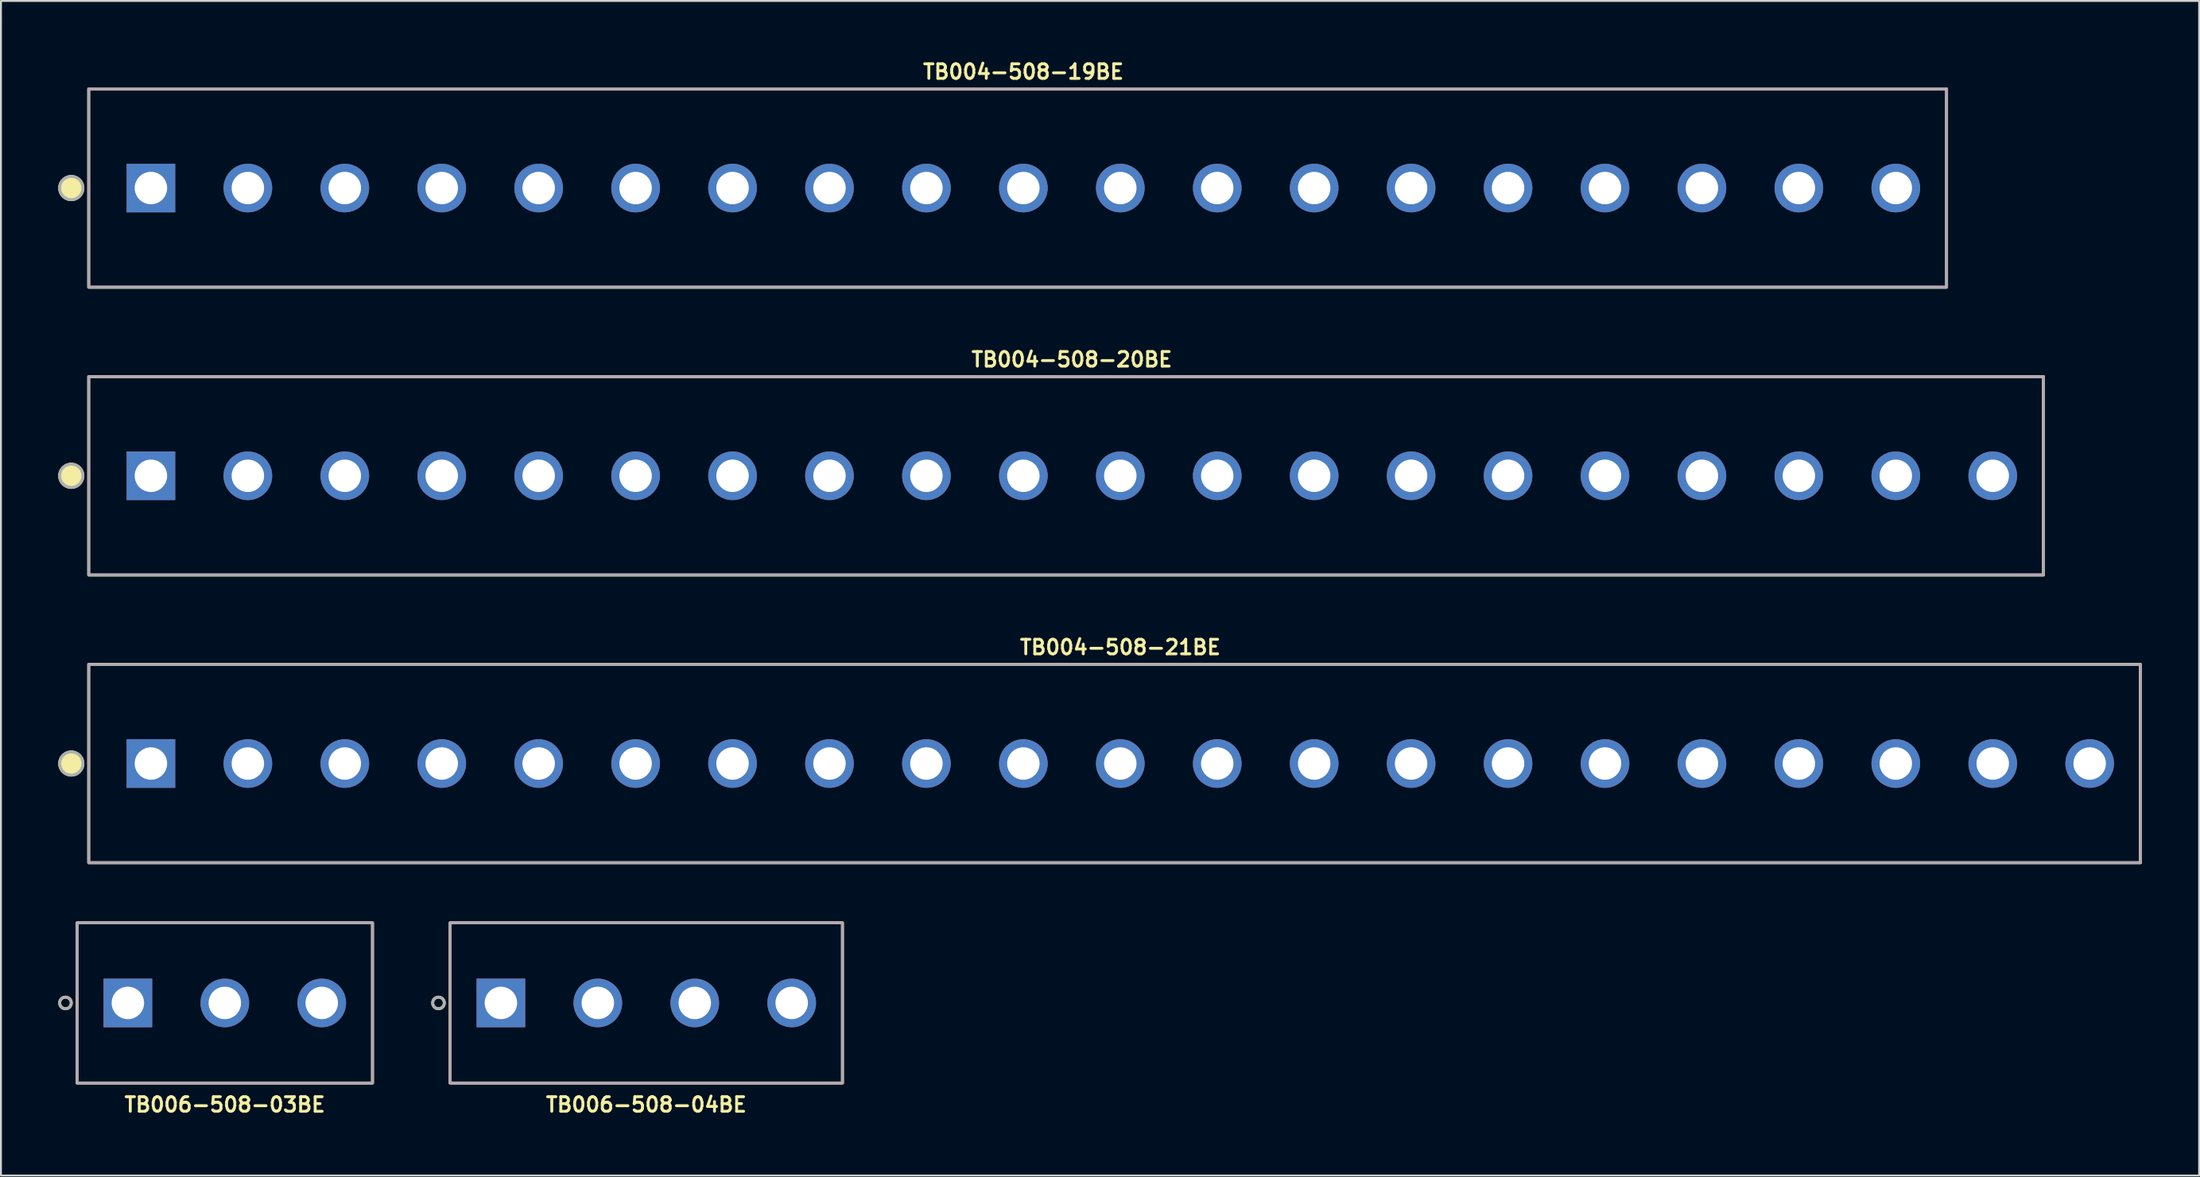
<source format=kicad_pcb>
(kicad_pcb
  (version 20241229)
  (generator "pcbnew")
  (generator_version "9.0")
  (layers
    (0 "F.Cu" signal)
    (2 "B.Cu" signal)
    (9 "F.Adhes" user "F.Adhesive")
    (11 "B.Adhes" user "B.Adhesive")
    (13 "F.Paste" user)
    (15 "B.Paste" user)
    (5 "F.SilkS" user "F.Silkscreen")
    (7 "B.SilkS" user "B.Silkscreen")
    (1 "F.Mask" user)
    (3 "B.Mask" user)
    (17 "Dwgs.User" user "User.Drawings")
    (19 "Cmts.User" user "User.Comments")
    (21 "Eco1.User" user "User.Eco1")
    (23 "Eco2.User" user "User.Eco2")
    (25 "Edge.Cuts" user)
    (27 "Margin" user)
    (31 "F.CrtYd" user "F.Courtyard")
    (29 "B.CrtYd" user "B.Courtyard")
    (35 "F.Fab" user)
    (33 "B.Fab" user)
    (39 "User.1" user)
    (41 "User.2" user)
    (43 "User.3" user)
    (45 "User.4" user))
  (footprint "TB006-508-04BE"
    (layer "F.Cu")
    (at 30.819 49.532)
    (property "Reference" "TB006-508-04BE" (at 0 5.334 0) (layer "F.SilkS") (effects (font (size 0.762 0.762) (thickness 0.152))))
    (attr through_hole)
    (fp_rect (start -10.28 -4.2) (end 10.28 4.2) (stroke (width 0.152) (type default)) (fill no) (layer "F.SilkS"))
    (fp_circle (center -10.89 0) (end -10.585 0) (stroke (width 0.152) (type solid)) (fill no) (layer "F.SilkS"))
    (fp_rect (start -10.28 -4.2) (end 10.28 4.2) (stroke (width 0.006) (type default)) (fill no) (layer "F.CrtYd"))
    (fp_rect (start -10.28 -4.2) (end 10.28 4.2) (stroke (width 0.152) (type default)) (fill no) (layer "F.Fab"))
    (fp_circle (center -10.89 0) (end -10.585 0) (stroke (width 0.152) (type solid)) (fill no) (layer "F.Fab"))
    (pad "1" thru_hole rect (at -7.62 0) (size 2.55 2.55) (drill 1.7) (layers "*.Cu" "*.Mask"))
    (pad "2" thru_hole circle (at -2.54 0) (size 2.55 2.55) (drill 1.7) (layers "*.Cu" "*.Mask"))
    (pad "3" thru_hole circle (at 2.54 0) (size 2.55 2.55) (drill 1.7) (layers "*.Cu" "*.Mask"))
    (pad "4" thru_hole circle (at 7.62 0) (size 2.55 2.55) (drill 1.7) (layers "*.Cu" "*.Mask")))
  (footprint "TB006-508-03BE"
    (layer "F.Cu")
    (at 8.731 49.532)
    (property "Reference" "TB006-508-03BE" (at 0 5.334 0) (layer "F.SilkS") (effects (font (size 0.762 0.762) (thickness 0.152))))
    (attr through_hole)
    (fp_rect (start -7.74 -4.2) (end 7.74 4.2) (stroke (width 0.152) (type default)) (fill no) (layer "F.SilkS"))
    (fp_circle (center -8.35 0) (end -8.045 0) (stroke (width 0.152) (type solid)) (fill no) (layer "F.SilkS"))
    (fp_rect (start -7.74 -4.2) (end 7.74 4.2) (stroke (width 0.006) (type default)) (fill no) (layer "F.CrtYd"))
    (fp_rect (start -7.74 -4.2) (end 7.74 4.2) (stroke (width 0.152) (type default)) (fill no) (layer "F.Fab"))
    (fp_circle (center -8.35 0) (end -8.045 0) (stroke (width 0.152) (type solid)) (fill no) (layer "F.Fab"))
    (pad "1" thru_hole rect (at -5.08 0) (size 2.55 2.55) (drill 1.7) (layers "*.Cu" "*.Mask"))
    (pad "2" thru_hole circle (at 0 0) (size 2.55 2.55) (drill 1.7) (layers "*.Cu" "*.Mask"))
    (pad "3" thru_hole circle (at 5.08 0) (size 2.55 2.55) (drill 1.7) (layers "*.Cu" "*.Mask")))
  (footprint "TB004-508-19BE"
    (layer "F.Cu")
    (at 50.579 6.809)
    (property "Reference" "TB004-508-19BE" (at 0 -6.096 0) (layer "F.SilkS") (effects (font (size 0.762 0.762) (thickness 0.152))))
    (attr through_hole)
    (fp_rect (start -48.98 -5.2) (end 48.38 5.2) (stroke (width 0.152) (type default)) (fill no) (layer "F.SilkS"))
    (fp_circle (center -49.894 0) (end -49.285 0) (stroke (width 0.152) (type solid)) (fill yes) (layer "F.SilkS"))
    (fp_rect (start -48.98 -5.2) (end 48.38 5.2) (stroke (width 0.006) (type default)) (fill no) (layer "F.CrtYd"))
    (fp_rect (start -48.98 -5.2) (end 48.38 5.2) (stroke (width 0.152) (type default)) (fill no) (layer "F.Fab"))
    (fp_circle (center -49.894 0) (end -49.285 0) (stroke (width 0.152) (type solid)) (fill no) (layer "F.Fab"))
    (pad "1" thru_hole rect (at -45.72 0) (size 2.55 2.55) (drill 1.7) (layers "*.Cu" "*.Mask"))
    (pad "2" thru_hole circle (at -40.64 0) (size 2.55 2.55) (drill 1.7) (layers "*.Cu" "*.Mask"))
    (pad "3" thru_hole circle (at -35.56 0) (size 2.55 2.55) (drill 1.7) (layers "*.Cu" "*.Mask"))
    (pad "4" thru_hole circle (at -30.48 0) (size 2.55 2.55) (drill 1.7) (layers "*.Cu" "*.Mask"))
    (pad "5" thru_hole circle (at -25.4 0) (size 2.55 2.55) (drill 1.7) (layers "*.Cu" "*.Mask"))
    (pad "6" thru_hole circle (at -20.32 0) (size 2.55 2.55) (drill 1.7) (layers "*.Cu" "*.Mask"))
    (pad "7" thru_hole circle (at -15.24 0) (size 2.55 2.55) (drill 1.7) (layers "*.Cu" "*.Mask"))
    (pad "8" thru_hole circle (at -10.16 0) (size 2.55 2.55) (drill 1.7) (layers "*.Cu" "*.Mask"))
    (pad "9" thru_hole circle (at -5.08 0) (size 2.55 2.55) (drill 1.7) (layers "*.Cu" "*.Mask"))
    (pad "10" thru_hole circle (at 0 0) (size 2.55 2.55) (drill 1.7) (layers "*.Cu" "*.Mask"))
    (pad "11" thru_hole circle (at 5.08 0) (size 2.55 2.55) (drill 1.7) (layers "*.Cu" "*.Mask"))
    (pad "12" thru_hole circle (at 10.16 0) (size 2.55 2.55) (drill 1.7) (layers "*.Cu" "*.Mask"))
    (pad "13" thru_hole circle (at 15.24 0) (size 2.55 2.55) (drill 1.7) (layers "*.Cu" "*.Mask"))
    (pad "14" thru_hole circle (at 20.32 0) (size 2.55 2.55) (drill 1.7) (layers "*.Cu" "*.Mask"))
    (pad "15" thru_hole circle (at 25.4 0) (size 2.55 2.55) (drill 1.7) (layers "*.Cu" "*.Mask"))
    (pad "16" thru_hole circle (at 30.48 0) (size 2.55 2.55) (drill 1.7) (layers "*.Cu" "*.Mask"))
    (pad "17" thru_hole circle (at 35.56 0) (size 2.55 2.55) (drill 1.7) (layers "*.Cu" "*.Mask"))
    (pad "18" thru_hole circle (at 40.64 0) (size 2.55 2.55) (drill 1.7) (layers "*.Cu" "*.Mask"))
    (pad "19" thru_hole circle (at 45.72 0) (size 2.55 2.55) (drill 1.7) (layers "*.Cu" "*.Mask")))
  (footprint "TB004-508-20BE"
    (layer "F.Cu")
    (at 53.119 21.895)
    (property "Reference" "TB004-508-20BE" (at 0 -6.096 0) (layer "F.SilkS") (effects (font (size 0.762 0.762) (thickness 0.152))))
    (attr through_hole)
    (fp_rect (start -51.52 -5.2) (end 50.92 5.2) (stroke (width 0.152) (type default)) (fill no) (layer "F.SilkS"))
    (fp_circle (center -52.434 0) (end -51.825 0) (stroke (width 0.152) (type solid)) (fill yes) (layer "F.SilkS"))
    (fp_rect (start -51.52 -5.2) (end 50.92 5.2) (stroke (width 0.006) (type default)) (fill no) (layer "F.CrtYd"))
    (fp_rect (start -51.52 -5.2) (end 50.92 5.2) (stroke (width 0.152) (type default)) (fill no) (layer "F.Fab"))
    (fp_circle (center -52.434 0) (end -51.825 0) (stroke (width 0.152) (type solid)) (fill no) (layer "F.Fab"))
    (pad "1" thru_hole rect (at -48.26 0) (size 2.55 2.55) (drill 1.7) (layers "*.Cu" "*.Mask"))
    (pad "2" thru_hole circle (at -43.18 0) (size 2.55 2.55) (drill 1.7) (layers "*.Cu" "*.Mask"))
    (pad "3" thru_hole circle (at -38.1 0) (size 2.55 2.55) (drill 1.7) (layers "*.Cu" "*.Mask"))
    (pad "4" thru_hole circle (at -33.02 0) (size 2.55 2.55) (drill 1.7) (layers "*.Cu" "*.Mask"))
    (pad "5" thru_hole circle (at -27.94 0) (size 2.55 2.55) (drill 1.7) (layers "*.Cu" "*.Mask"))
    (pad "6" thru_hole circle (at -22.86 0) (size 2.55 2.55) (drill 1.7) (layers "*.Cu" "*.Mask"))
    (pad "7" thru_hole circle (at -17.78 0) (size 2.55 2.55) (drill 1.7) (layers "*.Cu" "*.Mask"))
    (pad "8" thru_hole circle (at -12.7 0) (size 2.55 2.55) (drill 1.7) (layers "*.Cu" "*.Mask"))
    (pad "9" thru_hole circle (at -7.62 0) (size 2.55 2.55) (drill 1.7) (layers "*.Cu" "*.Mask"))
    (pad "10" thru_hole circle (at -2.54 0) (size 2.55 2.55) (drill 1.7) (layers "*.Cu" "*.Mask"))
    (pad "11" thru_hole circle (at 2.54 0) (size 2.55 2.55) (drill 1.7) (layers "*.Cu" "*.Mask"))
    (pad "12" thru_hole circle (at 7.62 0) (size 2.55 2.55) (drill 1.7) (layers "*.Cu" "*.Mask"))
    (pad "13" thru_hole circle (at 12.7 0) (size 2.55 2.55) (drill 1.7) (layers "*.Cu" "*.Mask"))
    (pad "14" thru_hole circle (at 17.78 0) (size 2.55 2.55) (drill 1.7) (layers "*.Cu" "*.Mask"))
    (pad "15" thru_hole circle (at 22.86 0) (size 2.55 2.55) (drill 1.7) (layers "*.Cu" "*.Mask"))
    (pad "16" thru_hole circle (at 27.94 0) (size 2.55 2.55) (drill 1.7) (layers "*.Cu" "*.Mask"))
    (pad "17" thru_hole circle (at 33.02 0) (size 2.55 2.55) (drill 1.7) (layers "*.Cu" "*.Mask"))
    (pad "18" thru_hole circle (at 38.1 0) (size 2.55 2.55) (drill 1.7) (layers "*.Cu" "*.Mask"))
    (pad "19" thru_hole circle (at 43.18 0) (size 2.55 2.55) (drill 1.7) (layers "*.Cu" "*.Mask"))
    (pad "20" thru_hole circle (at 48.26 0) (size 2.55 2.55) (drill 1.7) (layers "*.Cu" "*.Mask")))
  (footprint "TB004-508-21BE"
    (layer "F.Cu")
    (at 55.659 36.98)
    (property "Reference" "TB004-508-21BE" (at 0 -6.096 0) (layer "F.SilkS") (effects (font (size 0.762 0.762) (thickness 0.152))))
    (attr through_hole)
    (fp_rect (start -54.06 -5.2) (end 53.46 5.2) (stroke (width 0.152) (type default)) (fill no) (layer "F.SilkS"))
    (fp_circle (center -54.974 0) (end -54.365 0) (stroke (width 0.152) (type solid)) (fill yes) (layer "F.SilkS"))
    (fp_rect (start -54.06 -5.2) (end 53.46 5.2) (stroke (width 0.006) (type default)) (fill no) (layer "F.CrtYd"))
    (fp_rect (start -54.06 -5.2) (end 53.46 5.2) (stroke (width 0.152) (type default)) (fill no) (layer "F.Fab"))
    (fp_circle (center -54.974 0) (end -54.365 0) (stroke (width 0.152) (type solid)) (fill no) (layer "F.Fab"))
    (pad "1" thru_hole rect (at -50.8 0) (size 2.55 2.55) (drill 1.7) (layers "*.Cu" "*.Mask"))
    (pad "2" thru_hole circle (at -45.72 0) (size 2.55 2.55) (drill 1.7) (layers "*.Cu" "*.Mask"))
    (pad "3" thru_hole circle (at -40.64 0) (size 2.55 2.55) (drill 1.7) (layers "*.Cu" "*.Mask"))
    (pad "4" thru_hole circle (at -35.56 0) (size 2.55 2.55) (drill 1.7) (layers "*.Cu" "*.Mask"))
    (pad "5" thru_hole circle (at -30.48 0) (size 2.55 2.55) (drill 1.7) (layers "*.Cu" "*.Mask"))
    (pad "6" thru_hole circle (at -25.4 0) (size 2.55 2.55) (drill 1.7) (layers "*.Cu" "*.Mask"))
    (pad "7" thru_hole circle (at -20.32 0) (size 2.55 2.55) (drill 1.7) (layers "*.Cu" "*.Mask"))
    (pad "8" thru_hole circle (at -15.24 0) (size 2.55 2.55) (drill 1.7) (layers "*.Cu" "*.Mask"))
    (pad "9" thru_hole circle (at -10.16 0) (size 2.55 2.55) (drill 1.7) (layers "*.Cu" "*.Mask"))
    (pad "10" thru_hole circle (at -5.08 0) (size 2.55 2.55) (drill 1.7) (layers "*.Cu" "*.Mask"))
    (pad "11" thru_hole circle (at 0 0) (size 2.55 2.55) (drill 1.7) (layers "*.Cu" "*.Mask"))
    (pad "12" thru_hole circle (at 5.08 0) (size 2.55 2.55) (drill 1.7) (layers "*.Cu" "*.Mask"))
    (pad "13" thru_hole circle (at 10.16 0) (size 2.55 2.55) (drill 1.7) (layers "*.Cu" "*.Mask"))
    (pad "14" thru_hole circle (at 15.24 0) (size 2.55 2.55) (drill 1.7) (layers "*.Cu" "*.Mask"))
    (pad "15" thru_hole circle (at 20.32 0) (size 2.55 2.55) (drill 1.7) (layers "*.Cu" "*.Mask"))
    (pad "16" thru_hole circle (at 25.4 0) (size 2.55 2.55) (drill 1.7) (layers "*.Cu" "*.Mask"))
    (pad "17" thru_hole circle (at 30.48 0) (size 2.55 2.55) (drill 1.7) (layers "*.Cu" "*.Mask"))
    (pad "18" thru_hole circle (at 35.56 0) (size 2.55 2.55) (drill 1.7) (layers "*.Cu" "*.Mask"))
    (pad "19" thru_hole circle (at 40.64 0) (size 2.55 2.55) (drill 1.7) (layers "*.Cu" "*.Mask"))
    (pad "20" thru_hole circle (at 45.72 0) (size 2.55 2.55) (drill 1.7) (layers "*.Cu" "*.Mask"))
    (pad "21" thru_hole circle (at 50.8 0) (size 2.55 2.55) (drill 1.7) (layers "*.Cu" "*.Mask")))
  (gr_rect
    (start -3 -3)
    (end 112.195 58.58)
    (stroke (width 0.1) (type default))
    (fill no)
    (layer "Edge.Cuts")))
</source>
